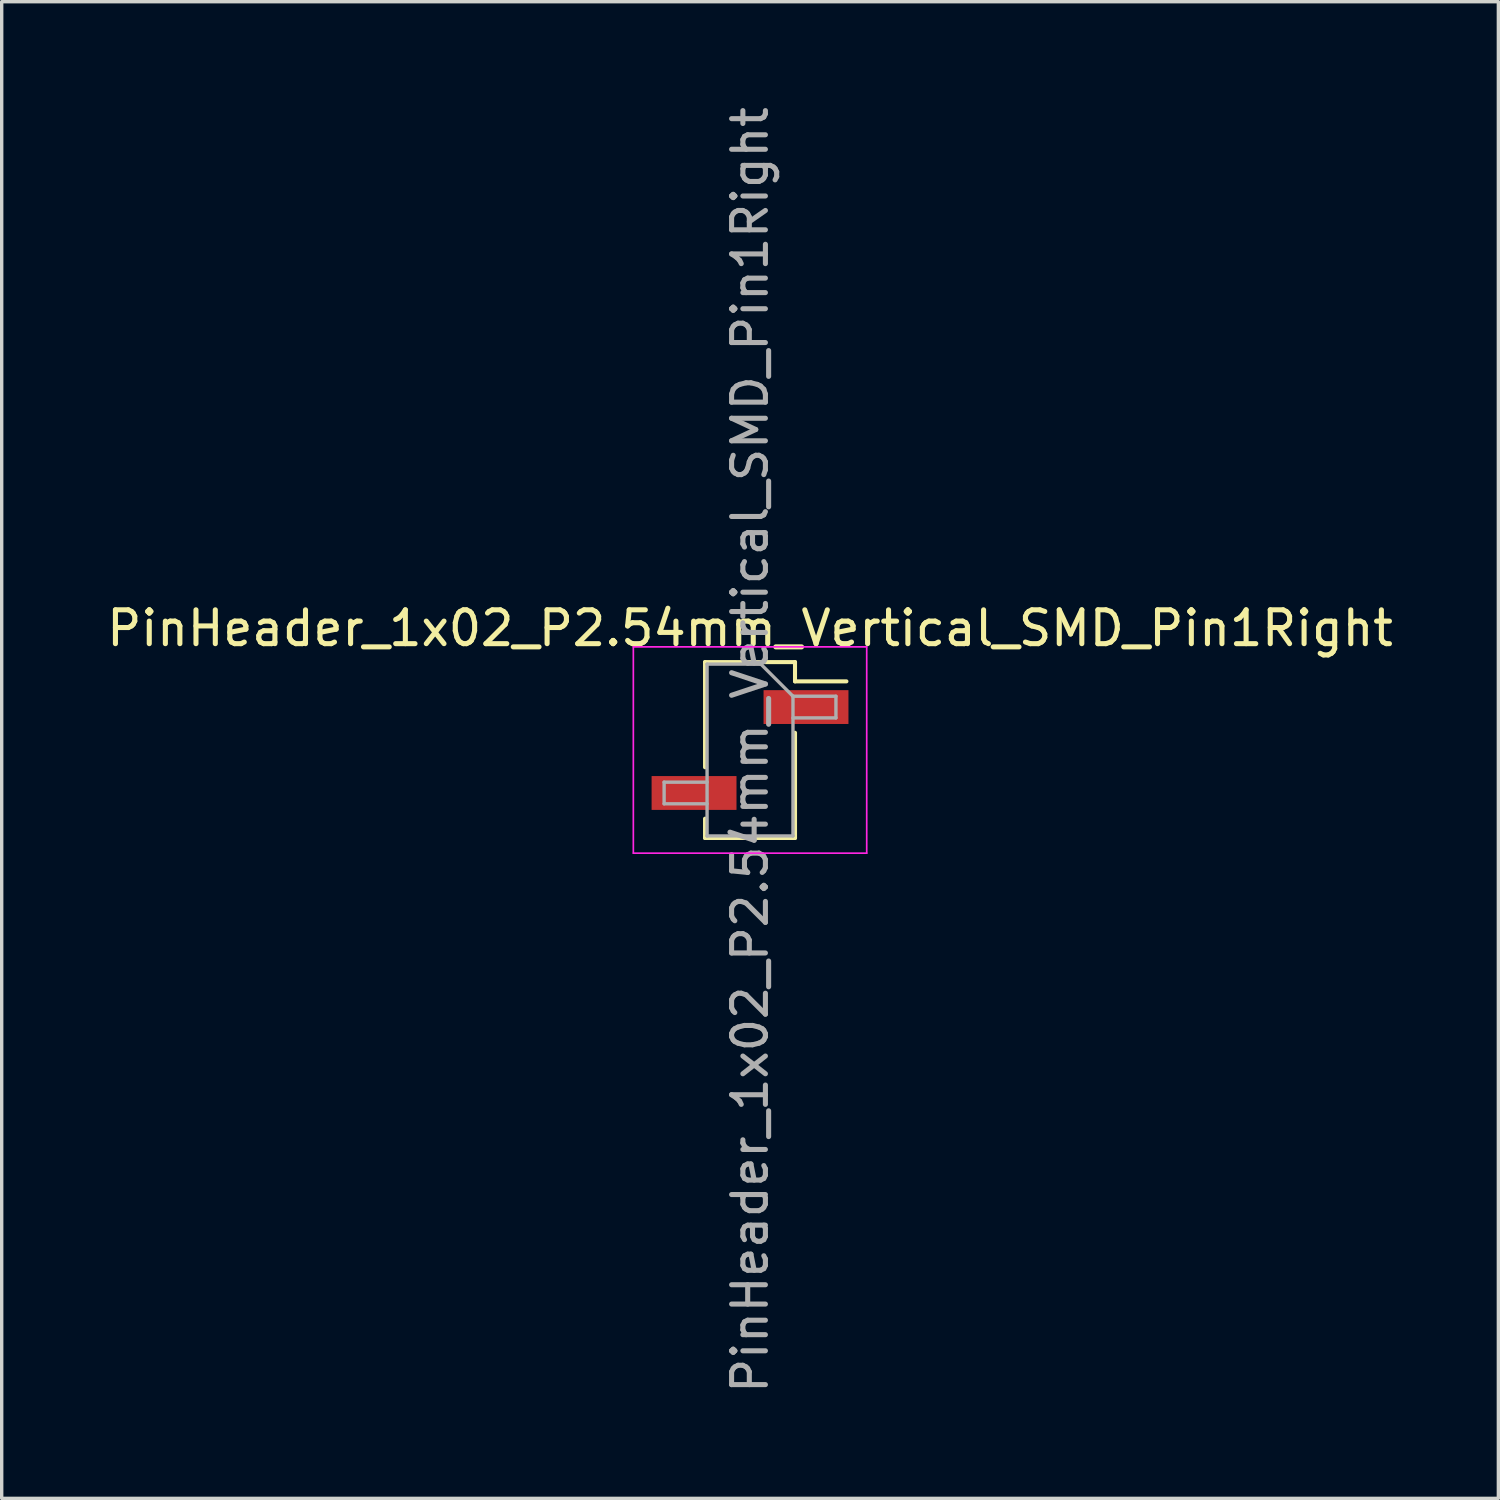
<source format=kicad_pcb>
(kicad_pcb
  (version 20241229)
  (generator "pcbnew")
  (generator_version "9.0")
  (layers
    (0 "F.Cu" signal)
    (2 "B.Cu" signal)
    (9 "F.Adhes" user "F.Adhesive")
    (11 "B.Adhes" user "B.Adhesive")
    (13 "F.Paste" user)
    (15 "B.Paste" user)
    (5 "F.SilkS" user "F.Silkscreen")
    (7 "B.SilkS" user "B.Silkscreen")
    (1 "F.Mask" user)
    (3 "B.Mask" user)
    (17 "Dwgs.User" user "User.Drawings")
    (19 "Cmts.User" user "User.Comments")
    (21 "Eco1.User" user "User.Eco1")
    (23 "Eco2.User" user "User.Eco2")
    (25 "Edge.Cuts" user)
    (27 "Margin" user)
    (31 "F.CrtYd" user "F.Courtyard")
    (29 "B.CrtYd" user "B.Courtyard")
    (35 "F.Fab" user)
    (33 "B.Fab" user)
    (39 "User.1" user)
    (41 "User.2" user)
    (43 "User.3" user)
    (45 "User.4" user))
  (footprint "PinHeader_1x02_P2.54mm_Vertical_SMD_Pin1Right"
    (layer "F.Cu")
    (at 19.125 19.125)
    (property "Reference" "PinHeader_1x02_P2.54mm_Vertical_SMD_Pin1Right" (at 0 -3.6 0) (layer "F.SilkS") (effects (font (size 1 1) (thickness 0.15))))
    (attr smd)
    (fp_line (start -1.33 -2.6) (end -1.33 0.51) (stroke (width 0.12) (type solid)) (layer "F.SilkS"))
    (fp_line (start -1.33 -2.6) (end 1.33 -2.6) (stroke (width 0.12) (type solid)) (layer "F.SilkS"))
    (fp_line (start -1.33 2.03) (end -1.33 2.6) (stroke (width 0.12) (type solid)) (layer "F.SilkS"))
    (fp_line (start -1.33 2.6) (end 1.33 2.6) (stroke (width 0.12) (type solid)) (layer "F.SilkS"))
    (fp_line (start 1.33 -2.6) (end 1.33 -2.03) (stroke (width 0.12) (type solid)) (layer "F.SilkS"))
    (fp_line (start 1.33 -2.03) (end 2.85 -2.03) (stroke (width 0.12) (type solid)) (layer "F.SilkS"))
    (fp_line (start 1.33 -0.51) (end 1.33 2.6) (stroke (width 0.12) (type solid)) (layer "F.SilkS"))
    (fp_line (start -3.45 -3.05) (end -3.45 3.05) (stroke (width 0.05) (type solid)) (layer "F.CrtYd"))
    (fp_line (start -3.45 3.05) (end 3.45 3.05) (stroke (width 0.05) (type solid)) (layer "F.CrtYd"))
    (fp_line (start 3.45 -3.05) (end -3.45 -3.05) (stroke (width 0.05) (type solid)) (layer "F.CrtYd"))
    (fp_line (start 3.45 3.05) (end 3.45 -3.05) (stroke (width 0.05) (type solid)) (layer "F.CrtYd"))
    (fp_line (start -2.54 0.95) (end -2.54 1.59) (stroke (width 0.1) (type solid)) (layer "F.Fab"))
    (fp_line (start -2.54 1.59) (end -1.27 1.59) (stroke (width 0.1) (type solid)) (layer "F.Fab"))
    (fp_line (start -1.27 -2.54) (end -1.27 2.54) (stroke (width 0.1) (type solid)) (layer "F.Fab"))
    (fp_line (start -1.27 -2.54) (end 0.32 -2.54) (stroke (width 0.1) (type solid)) (layer "F.Fab"))
    (fp_line (start -1.27 0.95) (end -2.54 0.95) (stroke (width 0.1) (type solid)) (layer "F.Fab"))
    (fp_line (start 1.27 -1.59) (end 0.32 -2.54) (stroke (width 0.1) (type solid)) (layer "F.Fab"))
    (fp_line (start 1.27 -1.59) (end 2.54 -1.59) (stroke (width 0.1) (type solid)) (layer "F.Fab"))
    (fp_line (start 1.27 2.54) (end -1.27 2.54) (stroke (width 0.1) (type solid)) (layer "F.Fab"))
    (fp_line (start 1.27 2.54) (end 1.27 -1.59) (stroke (width 0.1) (type solid)) (layer "F.Fab"))
    (fp_line (start 2.54 -1.59) (end 2.54 -0.95) (stroke (width 0.1) (type solid)) (layer "F.Fab"))
    (fp_line (start 2.54 -0.95) (end 1.27 -0.95) (stroke (width 0.1) (type solid)) (layer "F.Fab"))
    (fp_text user "${REFERENCE}" (at 0 0 90) (layer "F.Fab") (effects (font (size 1 1) (thickness 0.15))))
    (pad "1" smd rect (at 1.655 -1.27) (size 2.51 1) (layers "F.Cu" "F.Mask" "F.Paste"))
    (pad "2" smd rect (at -1.655 1.27) (size 2.51 1) (layers "F.Cu" "F.Mask" "F.Paste")))
  (gr_rect
    (start -3 -3)
    (end 41.25 41.25)
    (stroke (width 0.1) (type default))
    (fill no)
    (layer "Edge.Cuts")))
</source>
